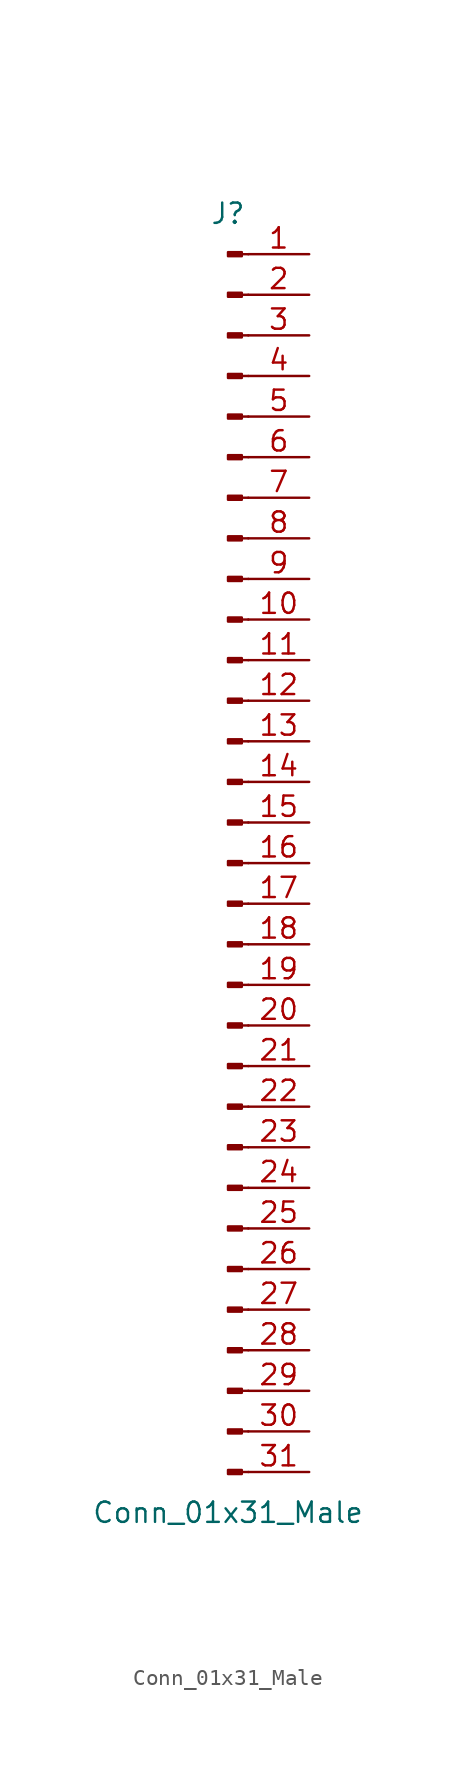
<source format=kicad_sym>
(kicad_symbol_lib
  (version 20220914)
  (generator kicad_symbol_editor)
  (symbol "Conn_01x31_Male"
    (pin_names
      (offset 1.016) hide)
    (property "Reference" "J"
      (at 0 40.64 0)
      (effects (font (size 1.27 1.27))))
    (property "Value" "Conn_01x31_Male"
      (at 0 -40.64 0)
      (effects (font (size 1.27 1.27))))
    (symbol "Conn_01x31_Male_1_1"
      (polyline (pts (xy 1.27 -38.1) (xy 0.864 -38.1)) (stroke (width 0.152) (type solid)) (fill (type none)))
      (polyline (pts (xy 1.27 -35.56) (xy 0.864 -35.56)) (stroke (width 0.152) (type solid)) (fill (type none)))
      (polyline (pts (xy 1.27 -33.02) (xy 0.864 -33.02)) (stroke (width 0.152) (type solid)) (fill (type none)))
      (polyline (pts (xy 1.27 -30.48) (xy 0.864 -30.48)) (stroke (width 0.152) (type solid)) (fill (type none)))
      (polyline (pts (xy 1.27 -27.94) (xy 0.864 -27.94)) (stroke (width 0.152) (type solid)) (fill (type none)))
      (polyline (pts (xy 1.27 -25.4) (xy 0.864 -25.4)) (stroke (width 0.152) (type solid)) (fill (type none)))
      (polyline (pts (xy 1.27 -22.86) (xy 0.864 -22.86)) (stroke (width 0.152) (type solid)) (fill (type none)))
      (polyline (pts (xy 1.27 -20.32) (xy 0.864 -20.32)) (stroke (width 0.152) (type solid)) (fill (type none)))
      (polyline (pts (xy 1.27 -17.78) (xy 0.864 -17.78)) (stroke (width 0.152) (type solid)) (fill (type none)))
      (polyline (pts (xy 1.27 -15.24) (xy 0.864 -15.24)) (stroke (width 0.152) (type solid)) (fill (type none)))
      (polyline (pts (xy 1.27 -12.7) (xy 0.864 -12.7)) (stroke (width 0.152) (type solid)) (fill (type none)))
      (polyline (pts (xy 1.27 -10.16) (xy 0.864 -10.16)) (stroke (width 0.152) (type solid)) (fill (type none)))
      (polyline (pts (xy 1.27 -7.62) (xy 0.864 -7.62)) (stroke (width 0.152) (type solid)) (fill (type none)))
      (polyline (pts (xy 1.27 -5.08) (xy 0.864 -5.08)) (stroke (width 0.152) (type solid)) (fill (type none)))
      (polyline (pts (xy 1.27 -2.54) (xy 0.864 -2.54)) (stroke (width 0.152) (type solid)) (fill (type none)))
      (polyline (pts (xy 1.27 0) (xy 0.864 0)) (stroke (width 0.152) (type solid)) (fill (type none)))
      (polyline (pts (xy 1.27 2.54) (xy 0.864 2.54)) (stroke (width 0.152) (type solid)) (fill (type none)))
      (polyline (pts (xy 1.27 5.08) (xy 0.864 5.08)) (stroke (width 0.152) (type solid)) (fill (type none)))
      (polyline (pts (xy 1.27 7.62) (xy 0.864 7.62)) (stroke (width 0.152) (type solid)) (fill (type none)))
      (polyline (pts (xy 1.27 10.16) (xy 0.864 10.16)) (stroke (width 0.152) (type solid)) (fill (type none)))
      (polyline (pts (xy 1.27 12.7) (xy 0.864 12.7)) (stroke (width 0.152) (type solid)) (fill (type none)))
      (polyline (pts (xy 1.27 15.24) (xy 0.864 15.24)) (stroke (width 0.152) (type solid)) (fill (type none)))
      (polyline (pts (xy 1.27 17.78) (xy 0.864 17.78)) (stroke (width 0.152) (type solid)) (fill (type none)))
      (polyline (pts (xy 1.27 20.32) (xy 0.864 20.32)) (stroke (width 0.152) (type solid)) (fill (type none)))
      (polyline (pts (xy 1.27 22.86) (xy 0.864 22.86)) (stroke (width 0.152) (type solid)) (fill (type none)))
      (polyline (pts (xy 1.27 25.4) (xy 0.864 25.4)) (stroke (width 0.152) (type solid)) (fill (type none)))
      (polyline (pts (xy 1.27 27.94) (xy 0.864 27.94)) (stroke (width 0.152) (type solid)) (fill (type none)))
      (polyline (pts (xy 1.27 30.48) (xy 0.864 30.48)) (stroke (width 0.152) (type solid)) (fill (type none)))
      (polyline (pts (xy 1.27 33.02) (xy 0.864 33.02)) (stroke (width 0.152) (type solid)) (fill (type none)))
      (polyline (pts (xy 1.27 35.56) (xy 0.864 35.56)) (stroke (width 0.152) (type solid)) (fill (type none)))
      (polyline (pts (xy 1.27 38.1) (xy 0.864 38.1)) (stroke (width 0.152) (type solid)) (fill (type none)))
      (rectangle (start 0.864 -37.973) (end 0 -38.227) (stroke (width 0.152) (type solid)) (fill (type outline)))
      (rectangle (start 0.864 -35.433) (end 0 -35.687) (stroke (width 0.152) (type solid)) (fill (type outline)))
      (rectangle (start 0.864 -32.893) (end 0 -33.147) (stroke (width 0.152) (type solid)) (fill (type outline)))
      (rectangle (start 0.864 -30.353) (end 0 -30.607) (stroke (width 0.152) (type solid)) (fill (type outline)))
      (rectangle (start 0.864 -27.813) (end 0 -28.067) (stroke (width 0.152) (type solid)) (fill (type outline)))
      (rectangle (start 0.864 -25.273) (end 0 -25.527) (stroke (width 0.152) (type solid)) (fill (type outline)))
      (rectangle (start 0.864 -22.733) (end 0 -22.987) (stroke (width 0.152) (type solid)) (fill (type outline)))
      (rectangle (start 0.864 -20.193) (end 0 -20.447) (stroke (width 0.152) (type solid)) (fill (type outline)))
      (rectangle (start 0.864 -17.653) (end 0 -17.907) (stroke (width 0.152) (type solid)) (fill (type outline)))
      (rectangle (start 0.864 -15.113) (end 0 -15.367) (stroke (width 0.152) (type solid)) (fill (type outline)))
      (rectangle (start 0.864 -12.573) (end 0 -12.827) (stroke (width 0.152) (type solid)) (fill (type outline)))
      (rectangle (start 0.864 -10.033) (end 0 -10.287) (stroke (width 0.152) (type solid)) (fill (type outline)))
      (rectangle (start 0.864 -7.493) (end 0 -7.747) (stroke (width 0.152) (type solid)) (fill (type outline)))
      (rectangle (start 0.864 -4.953) (end 0 -5.207) (stroke (width 0.152) (type solid)) (fill (type outline)))
      (rectangle (start 0.864 -2.413) (end 0 -2.667) (stroke (width 0.152) (type solid)) (fill (type outline)))
      (rectangle (start 0.864 0.127) (end 0 -0.127) (stroke (width 0.152) (type solid)) (fill (type outline)))
      (rectangle (start 0.864 2.667) (end 0 2.413) (stroke (width 0.152) (type solid)) (fill (type outline)))
      (rectangle (start 0.864 5.207) (end 0 4.953) (stroke (width 0.152) (type solid)) (fill (type outline)))
      (rectangle (start 0.864 7.747) (end 0 7.493) (stroke (width 0.152) (type solid)) (fill (type outline)))
      (rectangle (start 0.864 10.287) (end 0 10.033) (stroke (width 0.152) (type solid)) (fill (type outline)))
      (rectangle (start 0.864 12.827) (end 0 12.573) (stroke (width 0.152) (type solid)) (fill (type outline)))
      (rectangle (start 0.864 15.367) (end 0 15.113) (stroke (width 0.152) (type solid)) (fill (type outline)))
      (rectangle (start 0.864 17.907) (end 0 17.653) (stroke (width 0.152) (type solid)) (fill (type outline)))
      (rectangle (start 0.864 20.447) (end 0 20.193) (stroke (width 0.152) (type solid)) (fill (type outline)))
      (rectangle (start 0.864 22.987) (end 0 22.733) (stroke (width 0.152) (type solid)) (fill (type outline)))
      (rectangle (start 0.864 25.527) (end 0 25.273) (stroke (width 0.152) (type solid)) (fill (type outline)))
      (rectangle (start 0.864 28.067) (end 0 27.813) (stroke (width 0.152) (type solid)) (fill (type outline)))
      (rectangle (start 0.864 30.607) (end 0 30.353) (stroke (width 0.152) (type solid)) (fill (type outline)))
      (rectangle (start 0.864 33.147) (end 0 32.893) (stroke (width 0.152) (type solid)) (fill (type outline)))
      (rectangle (start 0.864 35.687) (end 0 35.433) (stroke (width 0.152) (type solid)) (fill (type outline)))
      (rectangle (start 0.864 38.227) (end 0 37.973) (stroke (width 0.152) (type solid)) (fill (type outline)))
      (pin passive line (at 5.08 38.1 180) (length 3.81) (name "Pin_1" (effects (font (size 1.27 1.27)))) (number "1" (effects (font (size 1.27 1.27)))))
      (pin passive line (at 5.08 15.24 180) (length 3.81) (name "Pin_10" (effects (font (size 1.27 1.27)))) (number "10" (effects (font (size 1.27 1.27)))))
      (pin passive line (at 5.08 12.7 180) (length 3.81) (name "Pin_11" (effects (font (size 1.27 1.27)))) (number "11" (effects (font (size 1.27 1.27)))))
      (pin passive line (at 5.08 10.16 180) (length 3.81) (name "Pin_12" (effects (font (size 1.27 1.27)))) (number "12" (effects (font (size 1.27 1.27)))))
      (pin passive line (at 5.08 7.62 180) (length 3.81) (name "Pin_13" (effects (font (size 1.27 1.27)))) (number "13" (effects (font (size 1.27 1.27)))))
      (pin passive line (at 5.08 5.08 180) (length 3.81) (name "Pin_14" (effects (font (size 1.27 1.27)))) (number "14" (effects (font (size 1.27 1.27)))))
      (pin passive line (at 5.08 2.54 180) (length 3.81) (name "Pin_15" (effects (font (size 1.27 1.27)))) (number "15" (effects (font (size 1.27 1.27)))))
      (pin passive line (at 5.08 0 180) (length 3.81) (name "Pin_16" (effects (font (size 1.27 1.27)))) (number "16" (effects (font (size 1.27 1.27)))))
      (pin passive line (at 5.08 -2.54 180) (length 3.81) (name "Pin_17" (effects (font (size 1.27 1.27)))) (number "17" (effects (font (size 1.27 1.27)))))
      (pin passive line (at 5.08 -5.08 180) (length 3.81) (name "Pin_18" (effects (font (size 1.27 1.27)))) (number "18" (effects (font (size 1.27 1.27)))))
      (pin passive line (at 5.08 -7.62 180) (length 3.81) (name "Pin_19" (effects (font (size 1.27 1.27)))) (number "19" (effects (font (size 1.27 1.27)))))
      (pin passive line (at 5.08 35.56 180) (length 3.81) (name "Pin_2" (effects (font (size 1.27 1.27)))) (number "2" (effects (font (size 1.27 1.27)))))
      (pin passive line (at 5.08 -10.16 180) (length 3.81) (name "Pin_20" (effects (font (size 1.27 1.27)))) (number "20" (effects (font (size 1.27 1.27)))))
      (pin passive line (at 5.08 -12.7 180) (length 3.81) (name "Pin_21" (effects (font (size 1.27 1.27)))) (number "21" (effects (font (size 1.27 1.27)))))
      (pin passive line (at 5.08 -15.24 180) (length 3.81) (name "Pin_22" (effects (font (size 1.27 1.27)))) (number "22" (effects (font (size 1.27 1.27)))))
      (pin passive line (at 5.08 -17.78 180) (length 3.81) (name "Pin_23" (effects (font (size 1.27 1.27)))) (number "23" (effects (font (size 1.27 1.27)))))
      (pin passive line (at 5.08 -20.32 180) (length 3.81) (name "Pin_24" (effects (font (size 1.27 1.27)))) (number "24" (effects (font (size 1.27 1.27)))))
      (pin passive line (at 5.08 -22.86 180) (length 3.81) (name "Pin_25" (effects (font (size 1.27 1.27)))) (number "25" (effects (font (size 1.27 1.27)))))
      (pin passive line (at 5.08 -25.4 180) (length 3.81) (name "Pin_26" (effects (font (size 1.27 1.27)))) (number "26" (effects (font (size 1.27 1.27)))))
      (pin passive line (at 5.08 -27.94 180) (length 3.81) (name "Pin_27" (effects (font (size 1.27 1.27)))) (number "27" (effects (font (size 1.27 1.27)))))
      (pin passive line (at 5.08 -30.48 180) (length 3.81) (name "Pin_28" (effects (font (size 1.27 1.27)))) (number "28" (effects (font (size 1.27 1.27)))))
      (pin passive line (at 5.08 -33.02 180) (length 3.81) (name "Pin_29" (effects (font (size 1.27 1.27)))) (number "29" (effects (font (size 1.27 1.27)))))
      (pin passive line (at 5.08 33.02 180) (length 3.81) (name "Pin_3" (effects (font (size 1.27 1.27)))) (number "3" (effects (font (size 1.27 1.27)))))
      (pin passive line (at 5.08 -35.56 180) (length 3.81) (name "Pin_30" (effects (font (size 1.27 1.27)))) (number "30" (effects (font (size 1.27 1.27)))))
      (pin passive line (at 5.08 -38.1 180) (length 3.81) (name "Pin_31" (effects (font (size 1.27 1.27)))) (number "31" (effects (font (size 1.27 1.27)))))
      (pin passive line (at 5.08 30.48 180) (length 3.81) (name "Pin_4" (effects (font (size 1.27 1.27)))) (number "4" (effects (font (size 1.27 1.27)))))
      (pin passive line (at 5.08 27.94 180) (length 3.81) (name "Pin_5" (effects (font (size 1.27 1.27)))) (number "5" (effects (font (size 1.27 1.27)))))
      (pin passive line (at 5.08 25.4 180) (length 3.81) (name "Pin_6" (effects (font (size 1.27 1.27)))) (number "6" (effects (font (size 1.27 1.27)))))
      (pin passive line (at 5.08 22.86 180) (length 3.81) (name "Pin_7" (effects (font (size 1.27 1.27)))) (number "7" (effects (font (size 1.27 1.27)))))
      (pin passive line (at 5.08 20.32 180) (length 3.81) (name "Pin_8" (effects (font (size 1.27 1.27)))) (number "8" (effects (font (size 1.27 1.27)))))
      (pin passive line (at 5.08 17.78 180) (length 3.81) (name "Pin_9" (effects (font (size 1.27 1.27)))) (number "9" (effects (font (size 1.27 1.27))))))))
</source>
